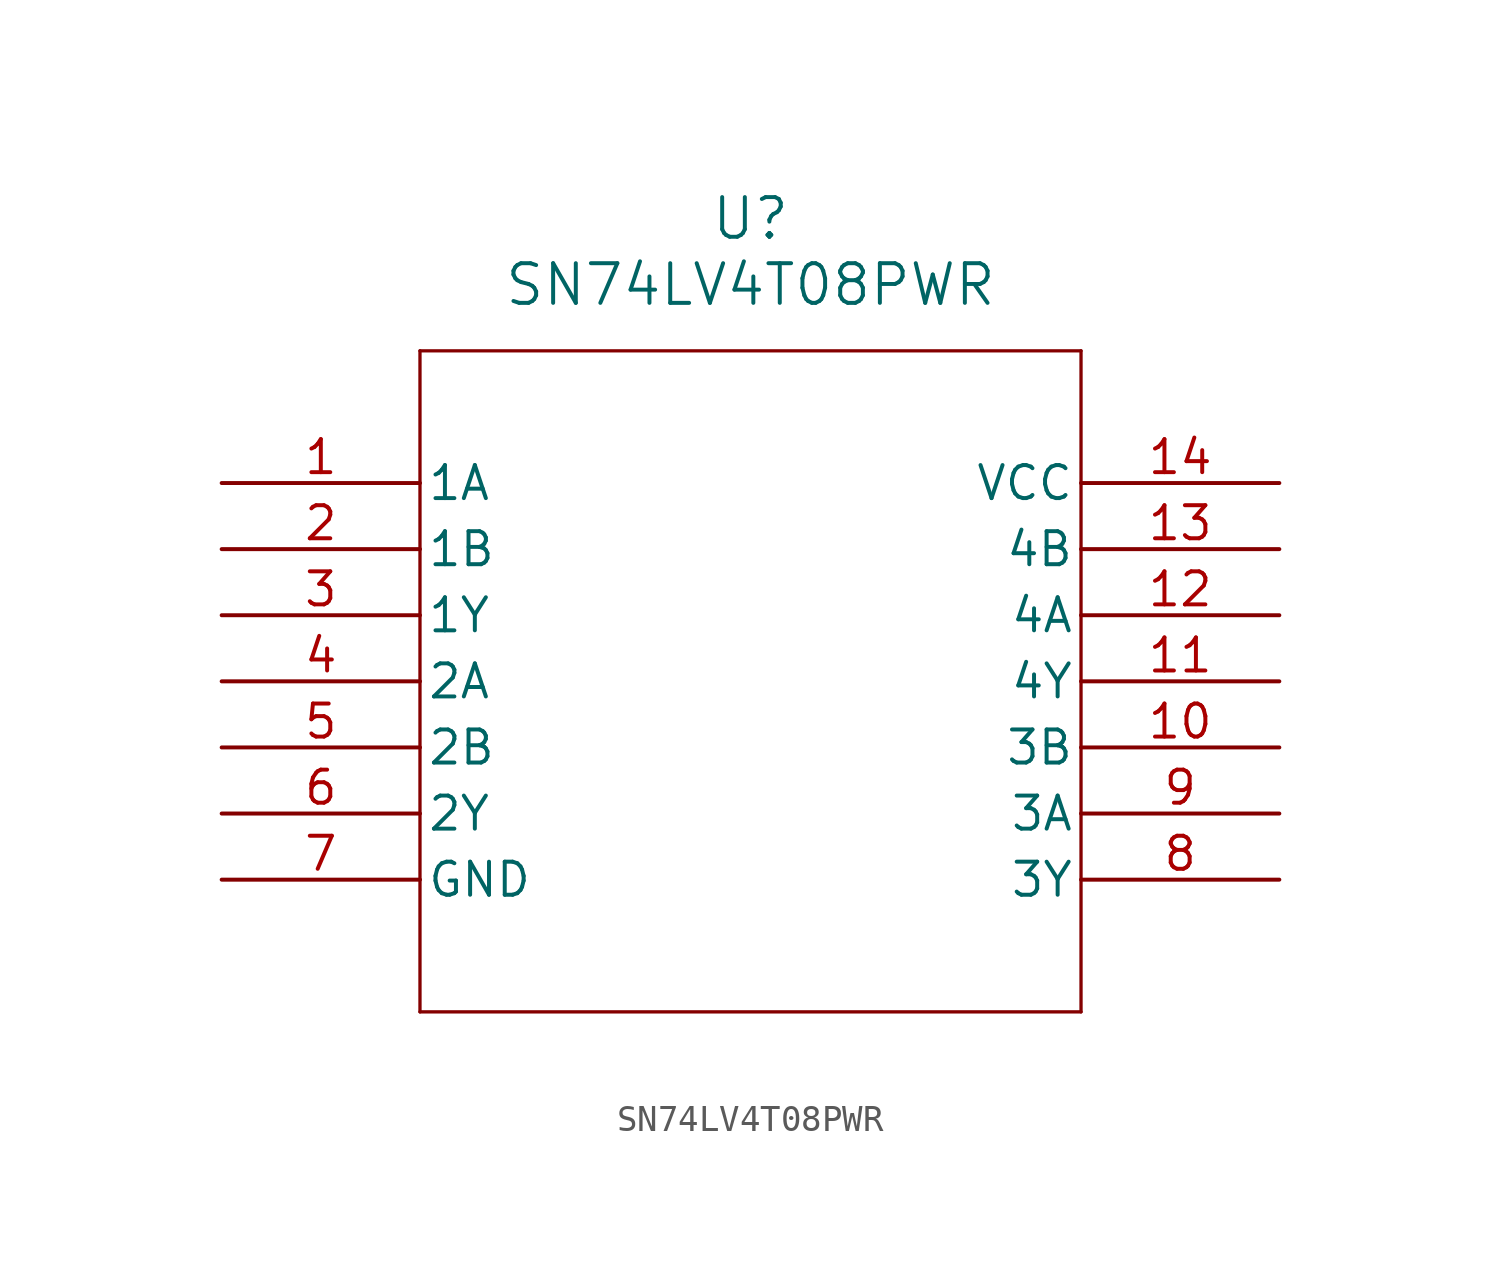
<source format=kicad_sym>
(kicad_symbol_lib
  (version 20211014)
  (generator kicad_symbol_editor)
  (symbol "SN74LV4T08PWR"
    (pin_names
      (offset 0.254))
    (property "Reference" "U"
      (at 20.32 10.16 0)
      (effects (font (size 1.524 1.524))))
    (property "Value" "SN74LV4T08PWR"
      (at 20.32 7.62 0)
      (effects (font (size 1.524 1.524))))
    (polyline
      (pts (xy 7.62 5.08) (xy 7.62 -20.32))
      (stroke (width 0.127) (type default) (color 0 0 0 0))
      (fill (type none)))
    (polyline
      (pts (xy 7.62 -20.32) (xy 33.02 -20.32))
      (stroke (width 0.127) (type default) (color 0 0 0 0))
      (fill (type none)))
    (polyline
      (pts (xy 33.02 -20.32) (xy 33.02 5.08))
      (stroke (width 0.127) (type default) (color 0 0 0 0))
      (fill (type none)))
    (polyline
      (pts (xy 33.02 5.08) (xy 7.62 5.08))
      (stroke (width 0.127) (type default) (color 0 0 0 0))
      (fill (type none)))
    (pin input line
      (at 0 0 0)
      (length 7.62)
      (name "1A" (effects (font (size 1.27 1.27))))
      (number "1" (effects (font (size 1.27 1.27)))))
    (pin input line
      (at 0 -2.54 0)
      (length 7.62)
      (name "1B" (effects (font (size 1.27 1.27))))
      (number "2" (effects (font (size 1.27 1.27)))))
    (pin output line
      (at 0 -5.08 0)
      (length 7.62)
      (name "1Y" (effects (font (size 1.27 1.27))))
      (number "3" (effects (font (size 1.27 1.27)))))
    (pin input line
      (at 0 -7.62 0)
      (length 7.62)
      (name "2A" (effects (font (size 1.27 1.27))))
      (number "4" (effects (font (size 1.27 1.27)))))
    (pin input line
      (at 0 -10.16 0)
      (length 7.62)
      (name "2B" (effects (font (size 1.27 1.27))))
      (number "5" (effects (font (size 1.27 1.27)))))
    (pin output line
      (at 0 -12.7 0)
      (length 7.62)
      (name "2Y" (effects (font (size 1.27 1.27))))
      (number "6" (effects (font (size 1.27 1.27)))))
    (pin power_out line
      (at 0 -15.24 0)
      (length 7.62)
      (name "GND" (effects (font (size 1.27 1.27))))
      (number "7" (effects (font (size 1.27 1.27)))))
    (pin output line
      (at 40.64 -15.24 180)
      (length 7.62)
      (name "3Y" (effects (font (size 1.27 1.27))))
      (number "8" (effects (font (size 1.27 1.27)))))
    (pin input line
      (at 40.64 -12.7 180)
      (length 7.62)
      (name "3A" (effects (font (size 1.27 1.27))))
      (number "9" (effects (font (size 1.27 1.27)))))
    (pin input line
      (at 40.64 -10.16 180)
      (length 7.62)
      (name "3B" (effects (font (size 1.27 1.27))))
      (number "10" (effects (font (size 1.27 1.27)))))
    (pin output line
      (at 40.64 -7.62 180)
      (length 7.62)
      (name "4Y" (effects (font (size 1.27 1.27))))
      (number "11" (effects (font (size 1.27 1.27)))))
    (pin input line
      (at 40.64 -5.08 180)
      (length 7.62)
      (name "4A" (effects (font (size 1.27 1.27))))
      (number "12" (effects (font (size 1.27 1.27)))))
    (pin input line
      (at 40.64 -2.54 180)
      (length 7.62)
      (name "4B" (effects (font (size 1.27 1.27))))
      (number "13" (effects (font (size 1.27 1.27)))))
    (pin power_in line
      (at 40.64 0 180)
      (length 7.62)
      (name "VCC" (effects (font (size 1.27 1.27))))
      (number "14" (effects (font (size 1.27 1.27)))))))
</source>
